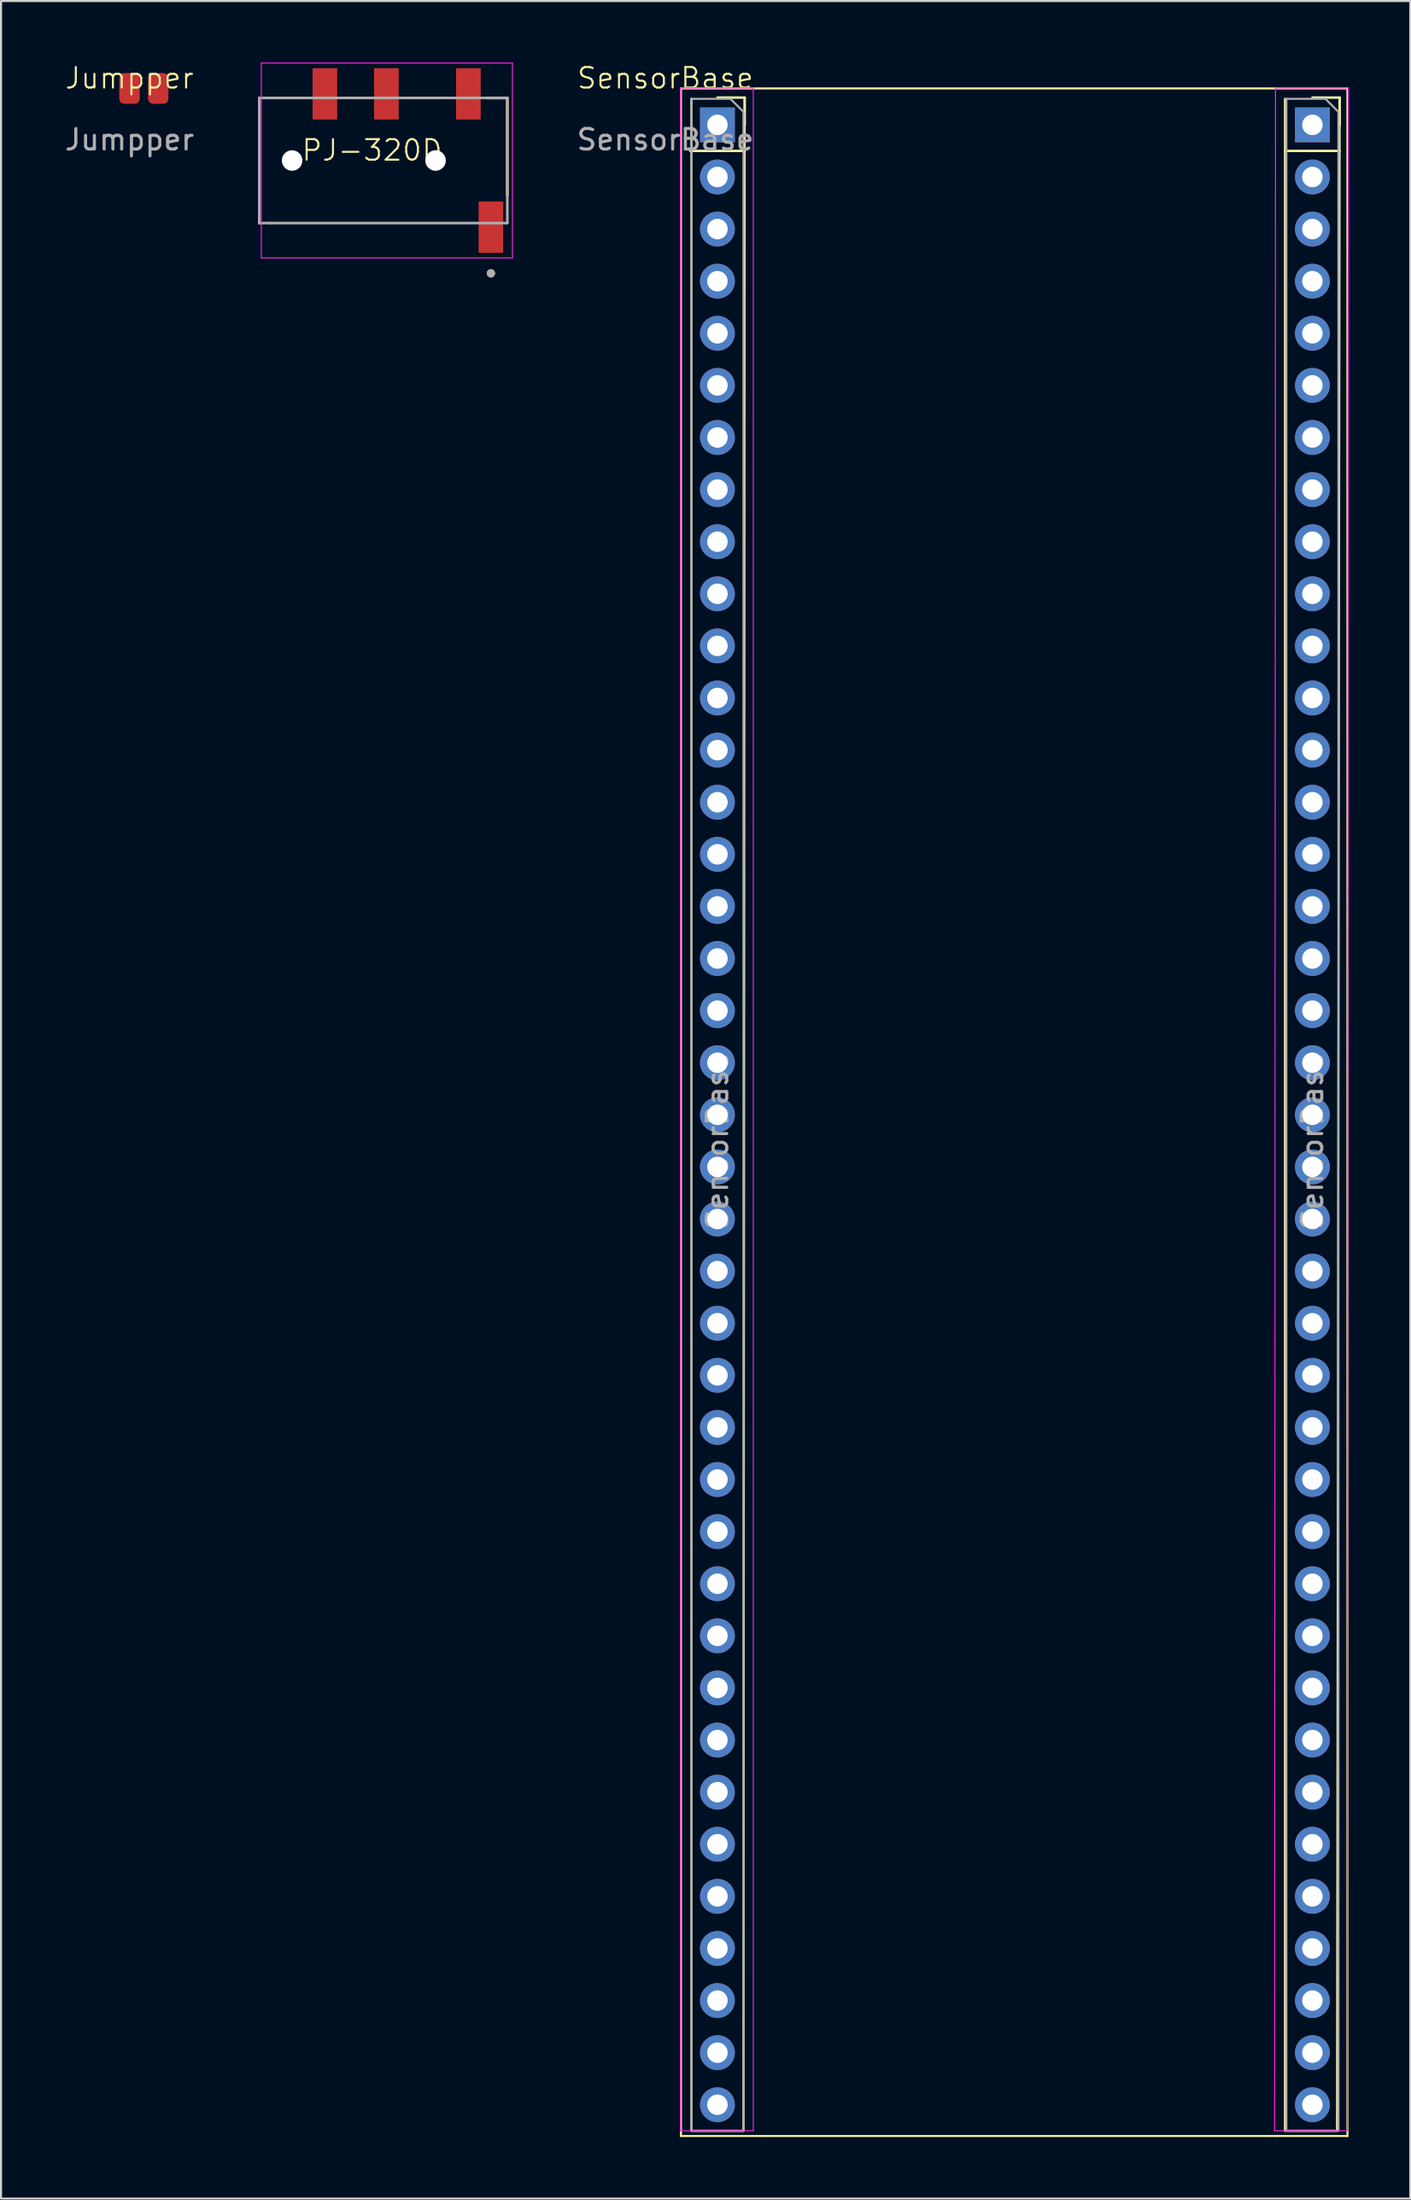
<source format=kicad_pcb>
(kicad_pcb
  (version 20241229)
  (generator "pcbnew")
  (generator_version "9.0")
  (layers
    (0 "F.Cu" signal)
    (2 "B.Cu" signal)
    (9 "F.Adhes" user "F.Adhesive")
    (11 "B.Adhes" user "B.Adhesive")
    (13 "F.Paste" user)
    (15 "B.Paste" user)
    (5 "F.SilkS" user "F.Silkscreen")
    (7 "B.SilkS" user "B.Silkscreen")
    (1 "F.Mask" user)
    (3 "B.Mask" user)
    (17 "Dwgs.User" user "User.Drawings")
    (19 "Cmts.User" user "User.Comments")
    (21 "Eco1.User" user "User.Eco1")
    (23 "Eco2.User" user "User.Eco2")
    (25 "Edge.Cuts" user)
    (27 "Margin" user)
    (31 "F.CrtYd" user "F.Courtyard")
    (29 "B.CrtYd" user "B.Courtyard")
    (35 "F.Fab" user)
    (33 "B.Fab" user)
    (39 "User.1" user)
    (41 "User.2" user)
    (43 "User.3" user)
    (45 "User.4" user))
  (footprint "Jumpper"
    (layer "F.Cu")
    (at 3.268 1.26)
    (property "Reference" "Jumpper" (at 0 -0.5 0) (unlocked yes) (layer "F.SilkS") (effects (font (size 1 1) (thickness 0.1))))
    (attr smd)
    (fp_text user "${REFERENCE}" (at 0 2.5 0) (unlocked yes) (layer "F.Fab") (effects (font (size 1 1) (thickness 0.15))))
    (pad "1" smd roundrect (at 0 0) (size 1 1.5) (layers "F.Cu" "F.Mask" "F.Paste") (roundrect_rratio 0.25))
    (pad "2" smd roundrect (at 1.4 0) (size 1 1.5) (layers "F.Cu" "F.Mask" "F.Paste") (roundrect_rratio 0.25)))
  (footprint "SensorBase"
    (layer "F.Cu")
    (at 29.409 1.26)
    (property "Reference" "SensorBase" (at 0 -0.5 0) (unlocked yes) (layer "F.SilkS") (effects (font (size 1 1) (thickness 0.1))))
    (attr through_hole)
    (fp_line (start 0.762 0) (end 0.762 99.822) (stroke (width 0.1) (type default)) (layer "F.SilkS"))
    (fp_line (start 0.762 99.822) (end 33.274 99.822) (stroke (width 0.1) (type default)) (layer "F.SilkS"))
    (fp_line (start 1.21 3.048) (end 3.87 3.048) (stroke (width 0.12) (type solid)) (layer "F.SilkS"))
    (fp_line (start 1.27 0.508) (end 1.27 99.568) (stroke (width 0.1) (type default)) (layer "F.SilkS"))
    (fp_line (start 1.27 99.568) (end 3.81 99.568) (stroke (width 0.1) (type default)) (layer "F.SilkS"))
    (fp_line (start 2.54 0.448) (end 3.87 0.448) (stroke (width 0.12) (type solid)) (layer "F.SilkS"))
    (fp_line (start 3.81 99.568) (end 3.87 0.448) (stroke (width 0.1) (type default)) (layer "F.SilkS"))
    (fp_line (start 3.87 0.448) (end 3.87 1.778) (stroke (width 0.12) (type solid)) (layer "F.SilkS"))
    (fp_line (start 30.226 0.508) (end 30.226 99.568) (stroke (width 0.1) (type default)) (layer "F.SilkS"))
    (fp_line (start 30.226 99.568) (end 32.766 99.568) (stroke (width 0.1) (type default)) (layer "F.SilkS"))
    (fp_line (start 30.235 3.048) (end 32.895 3.048) (stroke (width 0.12) (type solid)) (layer "F.SilkS"))
    (fp_line (start 31.565 0.448) (end 32.895 0.448) (stroke (width 0.12) (type solid)) (layer "F.SilkS"))
    (fp_line (start 32.766 99.568) (end 32.895 0.448) (stroke (width 0.1) (type default)) (layer "F.SilkS"))
    (fp_line (start 32.895 0.448) (end 32.895 1.778) (stroke (width 0.12) (type solid)) (layer "F.SilkS"))
    (fp_line (start 33.274 0) (end 0.762 0) (stroke (width 0.1) (type default)) (layer "F.SilkS"))
    (fp_line (start 33.274 99.822) (end 33.274 0) (stroke (width 0.1) (type default)) (layer "F.SilkS"))
    (fp_line (start 0.74 -0.022) (end 4.29 -0.022) (stroke (width 0.05) (type solid)) (layer "F.CrtYd"))
    (fp_line (start 0.74 99.568) (end 0.74 -0.022) (stroke (width 0.05) (type solid)) (layer "F.CrtYd"))
    (fp_line (start 4.29 -0.022) (end 4.29 99.568) (stroke (width 0.05) (type solid)) (layer "F.CrtYd"))
    (fp_line (start 4.29 99.568) (end 0.74 99.568) (stroke (width 0.05) (type solid)) (layer "F.CrtYd"))
    (fp_line (start 29.721 99.568) (end 29.765 -0.022) (stroke (width 0.05) (type solid)) (layer "F.CrtYd"))
    (fp_line (start 29.765 -0.022) (end 33.315 -0.022) (stroke (width 0.05) (type solid)) (layer "F.CrtYd"))
    (fp_line (start 33.271 99.568) (end 29.721 99.568) (stroke (width 0.05) (type solid)) (layer "F.CrtYd"))
    (fp_line (start 33.315 -0.022) (end 33.271 99.568) (stroke (width 0.05) (type solid)) (layer "F.CrtYd"))
    (fp_line (start 1.27 0.508) (end 3.175 0.508) (stroke (width 0.1) (type solid)) (layer "F.Fab"))
    (fp_line (start 1.27 99.568) (end 1.27 0.508) (stroke (width 0.1) (type solid)) (layer "F.Fab"))
    (fp_line (start 3.175 0.508) (end 3.81 1.143) (stroke (width 0.1) (type solid)) (layer "F.Fab"))
    (fp_line (start 3.81 1.143) (end 3.81 99.568) (stroke (width 0.1) (type solid)) (layer "F.Fab"))
    (fp_line (start 3.81 99.568) (end 1.27 99.568) (stroke (width 0.1) (type solid)) (layer "F.Fab"))
    (fp_line (start 30.295 0.508) (end 32.2 0.508) (stroke (width 0.1) (type solid)) (layer "F.Fab"))
    (fp_line (start 30.295 99.568) (end 30.295 0.508) (stroke (width 0.1) (type solid)) (layer "F.Fab"))
    (fp_line (start 32.2 0.508) (end 32.835 1.143) (stroke (width 0.1) (type solid)) (layer "F.Fab"))
    (fp_line (start 32.835 1.143) (end 32.835 99.568) (stroke (width 0.1) (type solid)) (layer "F.Fab"))
    (fp_line (start 32.835 99.568) (end 30.295 99.568) (stroke (width 0.1) (type solid)) (layer "F.Fab"))
    (fp_text user "${REFERENCE}" (at 0 2.5 0) (unlocked yes) (layer "F.Fab") (effects (font (size 1 1) (thickness 0.15))))
    (fp_text user "${REFERENCE}" (at 31.565 51.308 90) (layer "F.Fab") (effects (font (size 1 1) (thickness 0.15))))
    (fp_text user "${REFERENCE}" (at 2.54 51.308 90) (layer "F.Fab") (effects (font (size 1 1) (thickness 0.15))))
    (pad "1" thru_hole rect (at 2.54 1.778) (size 1.7 1.7) (drill 1) (layers "*.Cu" "*.Mask"))
    (pad "2" thru_hole oval (at 2.54 4.318) (size 1.7 1.7) (drill 1) (layers "*.Cu" "*.Mask"))
    (pad "3" thru_hole oval (at 2.54 6.858) (size 1.7 1.7) (drill 1) (layers "*.Cu" "*.Mask"))
    (pad "4" thru_hole oval (at 2.54 9.398) (size 1.7 1.7) (drill 1) (layers "*.Cu" "*.Mask"))
    (pad "5" thru_hole oval (at 2.54 11.938) (size 1.7 1.7) (drill 1) (layers "*.Cu" "*.Mask"))
    (pad "6" thru_hole oval (at 2.54 14.478) (size 1.7 1.7) (drill 1) (layers "*.Cu" "*.Mask"))
    (pad "7" thru_hole oval (at 2.54 17.018) (size 1.7 1.7) (drill 1) (layers "*.Cu" "*.Mask"))
    (pad "8" thru_hole oval (at 2.54 19.558) (size 1.7 1.7) (drill 1) (layers "*.Cu" "*.Mask"))
    (pad "9" thru_hole oval (at 2.54 22.098) (size 1.7 1.7) (drill 1) (layers "*.Cu" "*.Mask"))
    (pad "10" thru_hole oval (at 2.54 24.638) (size 1.7 1.7) (drill 1) (layers "*.Cu" "*.Mask"))
    (pad "11" thru_hole oval (at 2.54 27.178) (size 1.7 1.7) (drill 1) (layers "*.Cu" "*.Mask"))
    (pad "12" thru_hole oval (at 2.54 29.718) (size 1.7 1.7) (drill 1) (layers "*.Cu" "*.Mask"))
    (pad "13" thru_hole oval (at 2.54 32.258) (size 1.7 1.7) (drill 1) (layers "*.Cu" "*.Mask"))
    (pad "14" thru_hole oval (at 2.54 34.798) (size 1.7 1.7) (drill 1) (layers "*.Cu" "*.Mask"))
    (pad "15" thru_hole oval (at 2.54 37.338) (size 1.7 1.7) (drill 1) (layers "*.Cu" "*.Mask"))
    (pad "16" thru_hole oval (at 2.54 39.878) (size 1.7 1.7) (drill 1) (layers "*.Cu" "*.Mask"))
    (pad "17" thru_hole oval (at 2.54 42.418) (size 1.7 1.7) (drill 1) (layers "*.Cu" "*.Mask"))
    (pad "18" thru_hole oval (at 2.54 44.958) (size 1.7 1.7) (drill 1) (layers "*.Cu" "*.Mask"))
    (pad "19" thru_hole oval (at 2.54 47.498) (size 1.7 1.7) (drill 1) (layers "*.Cu" "*.Mask"))
    (pad "20" thru_hole oval (at 2.54 50.038) (size 1.7 1.7) (drill 1) (layers "*.Cu" "*.Mask"))
    (pad "21" thru_hole oval (at 2.54 52.578) (size 1.7 1.7) (drill 1) (layers "*.Cu" "*.Mask"))
    (pad "22" thru_hole oval (at 2.54 55.118) (size 1.7 1.7) (drill 1) (layers "*.Cu" "*.Mask"))
    (pad "23" thru_hole oval (at 2.54 57.658) (size 1.7 1.7) (drill 1) (layers "*.Cu" "*.Mask"))
    (pad "24" thru_hole oval (at 2.54 60.198) (size 1.7 1.7) (drill 1) (layers "*.Cu" "*.Mask"))
    (pad "25" thru_hole oval (at 2.54 62.738) (size 1.7 1.7) (drill 1) (layers "*.Cu" "*.Mask"))
    (pad "26" thru_hole oval (at 2.54 65.278) (size 1.7 1.7) (drill 1) (layers "*.Cu" "*.Mask"))
    (pad "27" thru_hole oval (at 2.54 67.818) (size 1.7 1.7) (drill 1) (layers "*.Cu" "*.Mask"))
    (pad "28" thru_hole oval (at 2.54 70.358) (size 1.7 1.7) (drill 1) (layers "*.Cu" "*.Mask"))
    (pad "29" thru_hole oval (at 2.54 72.898) (size 1.7 1.7) (drill 1) (layers "*.Cu" "*.Mask"))
    (pad "30" thru_hole oval (at 2.54 75.438) (size 1.7 1.7) (drill 1) (layers "*.Cu" "*.Mask"))
    (pad "31" thru_hole oval (at 2.54 77.978) (size 1.7 1.7) (drill 1) (layers "*.Cu" "*.Mask"))
    (pad "32" thru_hole oval (at 2.54 80.518) (size 1.7 1.7) (drill 1) (layers "*.Cu" "*.Mask"))
    (pad "33" thru_hole oval (at 2.54 83.058) (size 1.7 1.7) (drill 1) (layers "*.Cu" "*.Mask"))
    (pad "34" thru_hole oval (at 2.54 85.598) (size 1.7 1.7) (drill 1) (layers "*.Cu" "*.Mask"))
    (pad "35" thru_hole oval (at 2.54 88.138) (size 1.7 1.7) (drill 1) (layers "*.Cu" "*.Mask"))
    (pad "36" thru_hole oval (at 2.54 90.678) (size 1.7 1.7) (drill 1) (layers "*.Cu" "*.Mask"))
    (pad "37" thru_hole oval (at 2.54 93.218) (size 1.7 1.7) (drill 1) (layers "*.Cu" "*.Mask"))
    (pad "38" thru_hole oval (at 2.54 95.758) (size 1.7 1.7) (drill 1) (layers "*.Cu" "*.Mask"))
    (pad "39" thru_hole oval (at 2.54 98.298) (size 1.7 1.7) (drill 1) (layers "*.Cu" "*.Mask"))
    (pad "40" thru_hole rect (at 31.565 1.778) (size 1.7 1.7) (drill 1) (layers "*.Cu" "*.Mask"))
    (pad "41" thru_hole oval (at 31.565 4.318) (size 1.7 1.7) (drill 1) (layers "*.Cu" "*.Mask"))
    (pad "42" thru_hole oval (at 31.565 6.858) (size 1.7 1.7) (drill 1) (layers "*.Cu" "*.Mask"))
    (pad "43" thru_hole oval (at 31.565 9.398) (size 1.7 1.7) (drill 1) (layers "*.Cu" "*.Mask"))
    (pad "44" thru_hole oval (at 31.565 11.938) (size 1.7 1.7) (drill 1) (layers "*.Cu" "*.Mask"))
    (pad "45" thru_hole oval (at 31.565 14.478) (size 1.7 1.7) (drill 1) (layers "*.Cu" "*.Mask"))
    (pad "46" thru_hole oval (at 31.565 17.018) (size 1.7 1.7) (drill 1) (layers "*.Cu" "*.Mask"))
    (pad "47" thru_hole oval (at 31.565 19.558) (size 1.7 1.7) (drill 1) (layers "*.Cu" "*.Mask"))
    (pad "48" thru_hole oval (at 31.565 22.098) (size 1.7 1.7) (drill 1) (layers "*.Cu" "*.Mask"))
    (pad "49" thru_hole oval (at 31.565 24.638) (size 1.7 1.7) (drill 1) (layers "*.Cu" "*.Mask"))
    (pad "50" thru_hole oval (at 31.565 27.178) (size 1.7 1.7) (drill 1) (layers "*.Cu" "*.Mask"))
    (pad "51" thru_hole oval (at 31.565 29.718) (size 1.7 1.7) (drill 1) (layers "*.Cu" "*.Mask"))
    (pad "52" thru_hole oval (at 31.565 32.258) (size 1.7 1.7) (drill 1) (layers "*.Cu" "*.Mask"))
    (pad "53" thru_hole oval (at 31.565 34.798) (size 1.7 1.7) (drill 1) (layers "*.Cu" "*.Mask"))
    (pad "54" thru_hole oval (at 31.565 37.338) (size 1.7 1.7) (drill 1) (layers "*.Cu" "*.Mask"))
    (pad "55" thru_hole oval (at 31.565 39.878) (size 1.7 1.7) (drill 1) (layers "*.Cu" "*.Mask"))
    (pad "56" thru_hole oval (at 31.565 42.418) (size 1.7 1.7) (drill 1) (layers "*.Cu" "*.Mask"))
    (pad "57" thru_hole oval (at 31.565 44.958) (size 1.7 1.7) (drill 1) (layers "*.Cu" "*.Mask"))
    (pad "58" thru_hole oval (at 31.565 47.498) (size 1.7 1.7) (drill 1) (layers "*.Cu" "*.Mask"))
    (pad "59" thru_hole oval (at 31.565 50.038) (size 1.7 1.7) (drill 1) (layers "*.Cu" "*.Mask"))
    (pad "60" thru_hole oval (at 31.565 52.578) (size 1.7 1.7) (drill 1) (layers "*.Cu" "*.Mask"))
    (pad "61" thru_hole oval (at 31.565 55.118) (size 1.7 1.7) (drill 1) (layers "*.Cu" "*.Mask"))
    (pad "62" thru_hole oval (at 31.565 57.658) (size 1.7 1.7) (drill 1) (layers "*.Cu" "*.Mask"))
    (pad "63" thru_hole oval (at 31.565 60.198) (size 1.7 1.7) (drill 1) (layers "*.Cu" "*.Mask"))
    (pad "64" thru_hole oval (at 31.565 62.738) (size 1.7 1.7) (drill 1) (layers "*.Cu" "*.Mask"))
    (pad "65" thru_hole oval (at 31.565 65.278) (size 1.7 1.7) (drill 1) (layers "*.Cu" "*.Mask"))
    (pad "66" thru_hole oval (at 31.565 67.818) (size 1.7 1.7) (drill 1) (layers "*.Cu" "*.Mask"))
    (pad "67" thru_hole oval (at 31.565 70.358) (size 1.7 1.7) (drill 1) (layers "*.Cu" "*.Mask"))
    (pad "68" thru_hole oval (at 31.565 72.898) (size 1.7 1.7) (drill 1) (layers "*.Cu" "*.Mask"))
    (pad "69" thru_hole oval (at 31.565 75.438) (size 1.7 1.7) (drill 1) (layers "*.Cu" "*.Mask"))
    (pad "70" thru_hole oval (at 31.565 77.978) (size 1.7 1.7) (drill 1) (layers "*.Cu" "*.Mask"))
    (pad "71" thru_hole oval (at 31.565 80.518) (size 1.7 1.7) (drill 1) (layers "*.Cu" "*.Mask"))
    (pad "72" thru_hole oval (at 31.565 83.058) (size 1.7 1.7) (drill 1) (layers "*.Cu" "*.Mask"))
    (pad "73" thru_hole oval (at 31.565 85.598) (size 1.7 1.7) (drill 1) (layers "*.Cu" "*.Mask"))
    (pad "74" thru_hole oval (at 31.565 88.138) (size 1.7 1.7) (drill 1) (layers "*.Cu" "*.Mask"))
    (pad "75" thru_hole oval (at 31.565 90.678) (size 1.7 1.7) (drill 1) (layers "*.Cu" "*.Mask"))
    (pad "76" thru_hole oval (at 31.565 93.218) (size 1.7 1.7) (drill 1) (layers "*.Cu" "*.Mask"))
    (pad "77" thru_hole oval (at 31.565 95.758) (size 1.7 1.7) (drill 1) (layers "*.Cu" "*.Mask"))
    (pad "78" thru_hole oval (at 31.565 98.298) (size 1.7 1.7) (drill 1) (layers "*.Cu" "*.Mask")))
  (footprint "PJ-320D"
    (layer "F.Cu")
    (at 15.099 4.775)
    (property "Reference" "PJ-320D" (at 0 -0.5 0) (unlocked yes) (layer "F.SilkS") (effects (font (size 1 1) (thickness 0.1))))
    (attr smd)
    (fp_line (start 5.62 -3.05) (end 6.6 -3.05) (stroke (width 0.127) (type solid)) (layer "F.SilkS"))
    (fp_line (start 6.6 -3.05) (end 6.6 1.68) (stroke (width 0.127) (type solid)) (layer "F.SilkS"))
    (fp_circle (center 5.8 5.5) (end 5.9 5.5) (stroke (width 0.2) (type solid)) (fill no) (layer "F.SilkS"))
    (fp_line (start -5.4 -4.75) (end -5.4 4.75) (stroke (width 0.05) (type solid)) (layer "F.CrtYd"))
    (fp_line (start -5.4 4.75) (end 6.85 4.75) (stroke (width 0.05) (type solid)) (layer "F.CrtYd"))
    (fp_line (start 6.85 -4.75) (end -5.4 -4.75) (stroke (width 0.05) (type solid)) (layer "F.CrtYd"))
    (fp_line (start 6.85 4.75) (end 6.85 -4.75) (stroke (width 0.05) (type solid)) (layer "F.CrtYd"))
    (fp_line (start -5.5 -3.05) (end -5.5 3.05) (stroke (width 0.127) (type solid)) (layer "F.Fab"))
    (fp_line (start -5.5 -3.05) (end -4.96 -3.05) (stroke (width 0.127) (type solid)) (layer "F.Fab"))
    (fp_line (start -5.5 3.05) (end -5.5 3.05) (stroke (width 0.127) (type solid)) (layer "F.Fab"))
    (fp_line (start -4.96 -3.05) (end 6.6 -3.05) (stroke (width 0.127) (type solid)) (layer "F.Fab"))
    (fp_line (start -4.96 3.05) (end -5.5 3.05) (stroke (width 0.127) (type solid)) (layer "F.Fab"))
    (fp_line (start 6.6 -3.05) (end 6.6 3.05) (stroke (width 0.127) (type solid)) (layer "F.Fab"))
    (fp_line (start 6.6 3.05) (end -4.96 3.05) (stroke (width 0.127) (type solid)) (layer "F.Fab"))
    (fp_circle (center 5.8 5.5) (end 5.9 5.5) (stroke (width 0.2) (type solid)) (fill no) (layer "F.Fab"))
    (pad "" np_thru_hole circle (at -3.9 0) (size 1 1) (drill 1) (layers "*.Cu" "*.Mask"))
    (pad "" np_thru_hole circle (at 3.1 0) (size 1 1) (drill 1) (layers "*.Cu" "*.Mask"))
    (pad "1" smd rect (at 5.8 3.25) (size 1.2 2.5) (layers "F.Cu" "F.Mask" "F.Paste"))
    (pad "2" smd rect (at 4.7 -3.25) (size 1.2 2.5) (layers "F.Cu" "F.Mask" "F.Paste"))
    (pad "3" smd rect (at 0.7 -3.25) (size 1.2 2.5) (layers "F.Cu" "F.Mask" "F.Paste"))
    (pad "4" smd rect (at -2.3 -3.25) (size 1.2 2.5) (layers "F.Cu" "F.Mask" "F.Paste")))
  (gr_rect
    (start -3 -3)
    (end 65.749 104.132)
    (stroke (width 0.1) (type default))
    (fill no)
    (layer "Edge.Cuts")))
</source>
